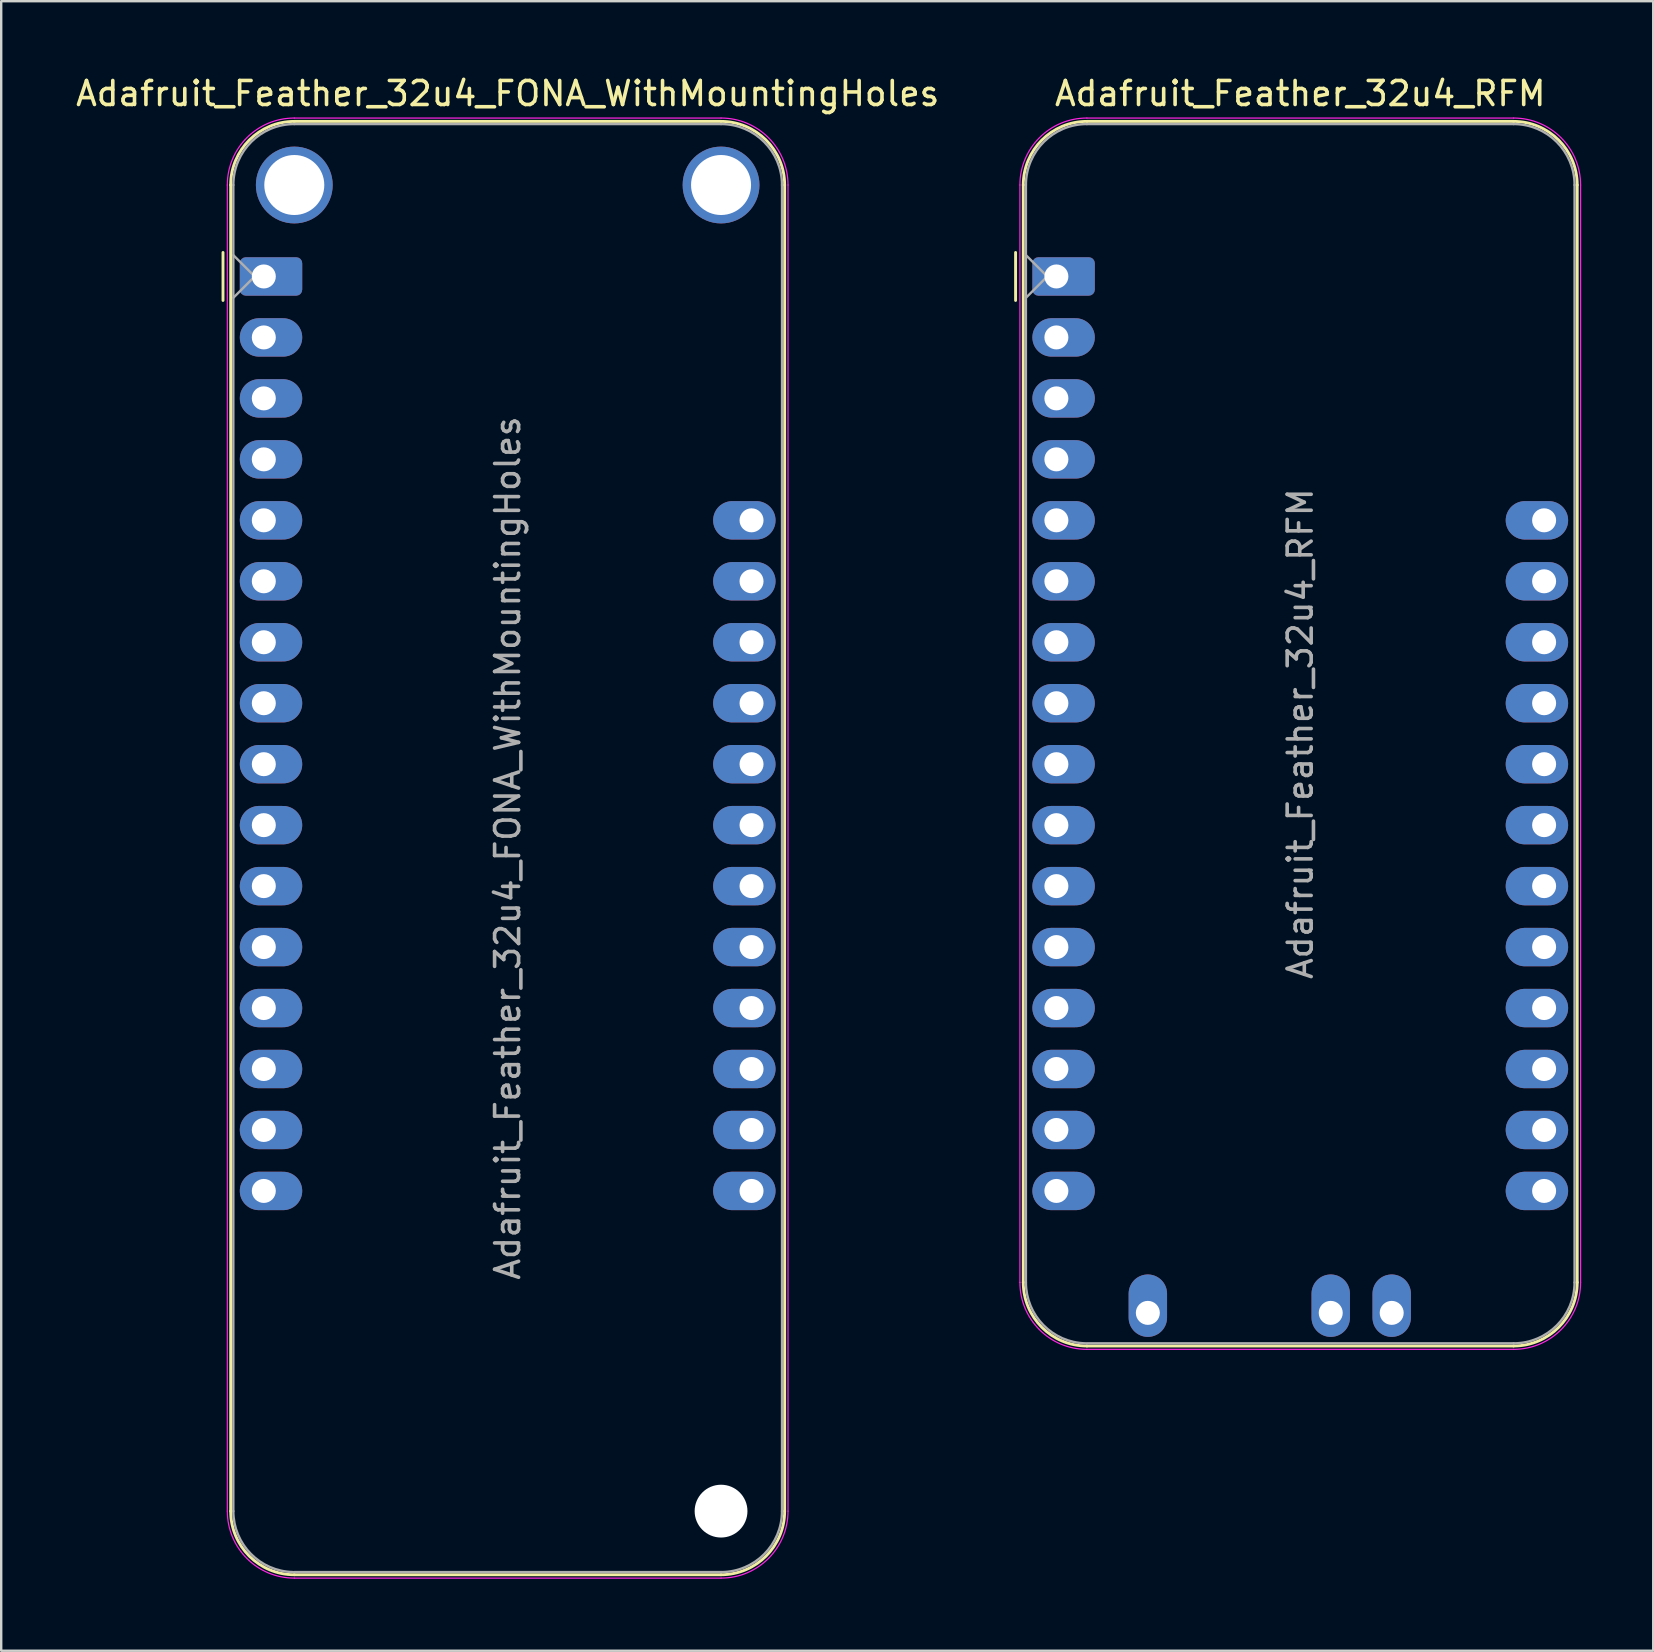
<source format=kicad_pcb>
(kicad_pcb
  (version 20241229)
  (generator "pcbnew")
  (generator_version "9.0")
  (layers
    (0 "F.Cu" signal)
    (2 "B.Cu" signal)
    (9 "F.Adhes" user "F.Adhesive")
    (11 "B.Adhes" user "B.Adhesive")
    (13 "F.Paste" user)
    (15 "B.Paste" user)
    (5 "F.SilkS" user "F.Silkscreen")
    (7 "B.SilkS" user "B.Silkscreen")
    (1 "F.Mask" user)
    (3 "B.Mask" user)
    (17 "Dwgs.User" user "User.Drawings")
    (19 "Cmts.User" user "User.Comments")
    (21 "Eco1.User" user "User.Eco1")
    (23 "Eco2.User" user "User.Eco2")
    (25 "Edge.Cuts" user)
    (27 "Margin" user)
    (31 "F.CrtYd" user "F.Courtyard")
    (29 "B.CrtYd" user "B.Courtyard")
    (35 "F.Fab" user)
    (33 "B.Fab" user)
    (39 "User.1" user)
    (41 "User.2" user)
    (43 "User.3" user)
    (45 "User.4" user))
  (footprint "Adafruit_Feather_32u4_FONA_WithMountingHoles"
    (layer "F.Cu")
    (at 7.941 8.468)
    (property "Reference" "Adafruit_Feather_32u4_FONA_WithMountingHoles" (at 10.16 -7.62 0) (layer "F.SilkS") (effects (font (size 1 1) (thickness 0.15))))
    (attr through_hole)
    (fp_line (start -1.7 1) (end -1.7 -1) (stroke (width 0.12) (type solid)) (layer "F.SilkS"))
    (fp_line (start -1.38 -3.81) (end -1.38 51.44) (stroke (width 0.12) (type solid)) (layer "F.SilkS"))
    (fp_line (start 19.05 -6.46) (end 1.27 -6.46) (stroke (width 0.12) (type solid)) (layer "F.SilkS"))
    (fp_line (start 19.05 54.09) (end 1.27 54.09) (stroke (width 0.12) (type solid)) (layer "F.SilkS"))
    (fp_line (start 21.7 -3.81) (end 21.7 51.44) (stroke (width 0.12) (type solid)) (layer "F.SilkS"))
    (fp_arc (start -1.38 -3.81) (mid -0.603833 -5.683833) (end 1.27 -6.46) (stroke (width 0.12) (type solid)) (layer "F.SilkS"))
    (fp_arc (start 1.27 54.09) (mid -0.603833 53.313833) (end -1.38 51.44) (stroke (width 0.12) (type solid)) (layer "F.SilkS"))
    (fp_arc (start 19.05 -6.46) (mid 20.923833 -5.683833) (end 21.7 -3.81) (stroke (width 0.12) (type solid)) (layer "F.SilkS"))
    (fp_arc (start 21.7 51.44) (mid 20.923833 53.313833) (end 19.05 54.09) (stroke (width 0.12) (type solid)) (layer "F.SilkS"))
    (fp_line (start -1.52 51.44) (end -1.52 -3.81) (stroke (width 0.05) (type solid)) (layer "F.CrtYd"))
    (fp_line (start 19.05 -6.6) (end 1.27 -6.6) (stroke (width 0.05) (type solid)) (layer "F.CrtYd"))
    (fp_line (start 19.05 54.23) (end 1.27 54.23) (stroke (width 0.05) (type solid)) (layer "F.CrtYd"))
    (fp_line (start 21.84 51.44) (end 21.84 -3.81) (stroke (width 0.05) (type solid)) (layer "F.CrtYd"))
    (fp_arc (start -1.52 -3.81) (mid -0.702828 -5.782828) (end 1.27 -6.6) (stroke (width 0.05) (type solid)) (layer "F.CrtYd"))
    (fp_arc (start 1.27 54.23) (mid -0.702828 53.412828) (end -1.52 51.44) (stroke (width 0.05) (type solid)) (layer "F.CrtYd"))
    (fp_arc (start 19.05 -6.6) (mid 21.022828 -5.782828) (end 21.84 -3.81) (stroke (width 0.05) (type solid)) (layer "F.CrtYd"))
    (fp_arc (start 21.84 51.44) (mid 21.022828 53.412828) (end 19.05 54.23) (stroke (width 0.05) (type solid)) (layer "F.CrtYd"))
    (fp_line (start -1.27 -3.81) (end -1.27 51.44) (stroke (width 0.1) (type solid)) (layer "F.Fab"))
    (fp_line (start -1.27 -0.889) (end -0.381 0) (stroke (width 0.1) (type solid)) (layer "F.Fab"))
    (fp_line (start -0.381 0) (end -1.27 0.889) (stroke (width 0.1) (type solid)) (layer "F.Fab"))
    (fp_line (start 1.27 53.98) (end 19.05 53.98) (stroke (width 0.1) (type solid)) (layer "F.Fab"))
    (fp_line (start 19.05 -6.35) (end 1.27 -6.35) (stroke (width 0.1) (type solid)) (layer "F.Fab"))
    (fp_line (start 21.59 51.44) (end 21.59 -3.81) (stroke (width 0.1) (type solid)) (layer "F.Fab"))
    (fp_arc (start -1.27 -3.81) (mid -0.526051 -5.606051) (end 1.27 -6.35) (stroke (width 0.1) (type solid)) (layer "F.Fab"))
    (fp_arc (start 1.221238 53.979532) (mid -0.543209 53.218728) (end -1.27 51.44) (stroke (width 0.1) (type solid)) (layer "F.Fab"))
    (fp_arc (start 19.05 -6.35) (mid 20.846051 -5.606051) (end 21.59 -3.81) (stroke (width 0.1) (type solid)) (layer "F.Fab"))
    (fp_arc (start 21.59 51.44) (mid 20.846051 53.236051) (end 19.05 53.98) (stroke (width 0.1) (type solid)) (layer "F.Fab"))
    (fp_text user "${REFERENCE}" (at 10.16 23.815 270) (layer "F.Fab") (effects (font (size 1 1) (thickness 0.15))))
    (pad "" np_thru_hole circle (at 1.27 -3.81 270) (size 3.2 3.2) (drill 2.5) (layers "*.Cu" "*.Mask"))
    (pad "" np_thru_hole circle (at 19.05 -3.81 270) (size 3.2 3.2) (drill 2.5) (layers "*.Cu" "*.Mask"))
    (pad "" np_thru_hole circle (at 19.05 51.44 270) (size 2.2 2.2) (drill 2.2) (layers "*.Cu" "*.Mask"))
    (pad "1" thru_hole roundrect (at 0 0) (size 2.6 1.6) (drill 1 (offset 0.3 0)) (layers "*.Cu" "*.Mask") (roundrect_rratio 0.156))
    (pad "2" thru_hole oval (at 0 2.54) (size 2.6 1.6) (drill 1 (offset 0.3 0)) (layers "*.Cu" "*.Mask"))
    (pad "3" thru_hole oval (at 0 5.08) (size 2.6 1.6) (drill 1 (offset 0.3 0)) (layers "*.Cu" "*.Mask"))
    (pad "4" thru_hole oval (at 0 7.62) (size 2.6 1.6) (drill 1 (offset 0.3 0)) (layers "*.Cu" "*.Mask"))
    (pad "5" thru_hole oval (at 0 10.16) (size 2.6 1.6) (drill 1 (offset 0.3 0)) (layers "*.Cu" "*.Mask"))
    (pad "6" thru_hole oval (at 0 12.7) (size 2.6 1.6) (drill 1 (offset 0.3 0)) (layers "*.Cu" "*.Mask"))
    (pad "7" thru_hole oval (at 0 15.24) (size 2.6 1.6) (drill 1 (offset 0.3 0)) (layers "*.Cu" "*.Mask"))
    (pad "8" thru_hole oval (at 0 17.78) (size 2.6 1.6) (drill 1 (offset 0.3 0)) (layers "*.Cu" "*.Mask"))
    (pad "9" thru_hole oval (at 0 20.32) (size 2.6 1.6) (drill 1 (offset 0.3 0)) (layers "*.Cu" "*.Mask"))
    (pad "10" thru_hole oval (at 0 22.86) (size 2.6 1.6) (drill 1 (offset 0.3 0)) (layers "*.Cu" "*.Mask"))
    (pad "11" thru_hole oval (at 0 25.4) (size 2.6 1.6) (drill 1 (offset 0.3 0)) (layers "*.Cu" "*.Mask"))
    (pad "12" thru_hole oval (at 0 27.94) (size 2.6 1.6) (drill 1 (offset 0.3 0)) (layers "*.Cu" "*.Mask"))
    (pad "13" thru_hole oval (at 0 30.48) (size 2.6 1.6) (drill 1 (offset 0.3 0)) (layers "*.Cu" "*.Mask"))
    (pad "14" thru_hole oval (at 0 33.02) (size 2.6 1.6) (drill 1 (offset 0.3 0)) (layers "*.Cu" "*.Mask"))
    (pad "15" thru_hole oval (at 0 35.56) (size 2.6 1.6) (drill 1 (offset 0.3 0)) (layers "*.Cu" "*.Mask"))
    (pad "16" thru_hole oval (at 0 38.1) (size 2.6 1.6) (drill 1 (offset 0.3 0)) (layers "*.Cu" "*.Mask"))
    (pad "17" thru_hole oval (at 20.32 38.1 180) (size 2.6 1.6) (drill 1 (offset 0.3 0)) (layers "*.Cu" "*.Mask"))
    (pad "18" thru_hole oval (at 20.32 35.56 180) (size 2.6 1.6) (drill 1 (offset 0.3 0)) (layers "*.Cu" "*.Mask"))
    (pad "19" thru_hole oval (at 20.32 33.02 180) (size 2.6 1.6) (drill 1 (offset 0.3 0)) (layers "*.Cu" "*.Mask"))
    (pad "20" thru_hole oval (at 20.32 30.48 180) (size 2.6 1.6) (drill 1 (offset 0.3 0)) (layers "*.Cu" "*.Mask"))
    (pad "21" thru_hole oval (at 20.32 27.94 180) (size 2.6 1.6) (drill 1 (offset 0.3 0)) (layers "*.Cu" "*.Mask"))
    (pad "22" thru_hole oval (at 20.32 25.4 180) (size 2.6 1.6) (drill 1 (offset 0.3 0)) (layers "*.Cu" "*.Mask"))
    (pad "23" thru_hole oval (at 20.32 22.86 180) (size 2.6 1.6) (drill 1 (offset 0.3 0)) (layers "*.Cu" "*.Mask"))
    (pad "24" thru_hole oval (at 20.32 20.32 180) (size 2.6 1.6) (drill 1 (offset 0.3 0)) (layers "*.Cu" "*.Mask"))
    (pad "25" thru_hole oval (at 20.32 17.78 180) (size 2.6 1.6) (drill 1 (offset 0.3 0)) (layers "*.Cu" "*.Mask"))
    (pad "26" thru_hole oval (at 20.32 15.24 180) (size 2.6 1.6) (drill 1 (offset 0.3 0)) (layers "*.Cu" "*.Mask"))
    (pad "27" thru_hole oval (at 20.32 12.7 180) (size 2.6 1.6) (drill 1 (offset 0.3 0)) (layers "*.Cu" "*.Mask"))
    (pad "28" thru_hole oval (at 20.32 10.16 180) (size 2.6 1.6) (drill 1 (offset 0.3 0)) (layers "*.Cu" "*.Mask")))
  (footprint "Adafruit_Feather_32u4_RFM"
    (layer "F.Cu")
    (at 40.962 8.468)
    (property "Reference" "Adafruit_Feather_32u4_RFM" (at 10.16 -7.62 0) (layer "F.SilkS") (effects (font (size 1 1) (thickness 0.15))))
    (attr through_hole)
    (fp_line (start -1.7 1) (end -1.7 -1) (stroke (width 0.12) (type solid)) (layer "F.SilkS"))
    (fp_line (start -1.38 -3.81) (end -1.38 41.91) (stroke (width 0.12) (type solid)) (layer "F.SilkS"))
    (fp_line (start 19.05 -6.46) (end 1.27 -6.46) (stroke (width 0.12) (type solid)) (layer "F.SilkS"))
    (fp_line (start 19.05 44.56) (end 1.27 44.56) (stroke (width 0.12) (type solid)) (layer "F.SilkS"))
    (fp_line (start 21.7 -3.81) (end 21.7 41.91) (stroke (width 0.12) (type solid)) (layer "F.SilkS"))
    (fp_arc (start -1.38 -3.81) (mid -0.603833 -5.683833) (end 1.27 -6.46) (stroke (width 0.12) (type solid)) (layer "F.SilkS"))
    (fp_arc (start 1.27 44.56) (mid -0.603833 43.783833) (end -1.38 41.91) (stroke (width 0.12) (type solid)) (layer "F.SilkS"))
    (fp_arc (start 19.05 -6.46) (mid 20.923833 -5.683833) (end 21.7 -3.81) (stroke (width 0.12) (type solid)) (layer "F.SilkS"))
    (fp_arc (start 21.7 41.91) (mid 20.923833 43.783833) (end 19.05 44.56) (stroke (width 0.12) (type solid)) (layer "F.SilkS"))
    (fp_line (start -1.52 41.91) (end -1.52 -3.81) (stroke (width 0.05) (type solid)) (layer "F.CrtYd"))
    (fp_line (start 19.05 -6.6) (end 1.27 -6.6) (stroke (width 0.05) (type solid)) (layer "F.CrtYd"))
    (fp_line (start 19.05 44.7) (end 1.27 44.7) (stroke (width 0.05) (type solid)) (layer "F.CrtYd"))
    (fp_line (start 21.84 41.91) (end 21.84 -3.81) (stroke (width 0.05) (type solid)) (layer "F.CrtYd"))
    (fp_arc (start -1.52 -3.81) (mid -0.702828 -5.782828) (end 1.27 -6.6) (stroke (width 0.05) (type solid)) (layer "F.CrtYd"))
    (fp_arc (start 1.27 44.7) (mid -0.702828 43.882828) (end -1.52 41.91) (stroke (width 0.05) (type solid)) (layer "F.CrtYd"))
    (fp_arc (start 19.05 -6.6) (mid 21.022828 -5.782828) (end 21.84 -3.81) (stroke (width 0.05) (type solid)) (layer "F.CrtYd"))
    (fp_arc (start 21.84 41.91) (mid 21.022828 43.882828) (end 19.05 44.7) (stroke (width 0.05) (type solid)) (layer "F.CrtYd"))
    (fp_line (start -1.27 -3.81) (end -1.27 41.91) (stroke (width 0.1) (type solid)) (layer "F.Fab"))
    (fp_line (start -1.27 -0.889) (end -0.381 0) (stroke (width 0.1) (type solid)) (layer "F.Fab"))
    (fp_line (start -0.381 0) (end -1.27 0.889) (stroke (width 0.1) (type solid)) (layer "F.Fab"))
    (fp_line (start 1.27 44.45) (end 19.05 44.45) (stroke (width 0.1) (type solid)) (layer "F.Fab"))
    (fp_line (start 19.05 -6.35) (end 1.27 -6.35) (stroke (width 0.1) (type solid)) (layer "F.Fab"))
    (fp_line (start 21.59 41.91) (end 21.59 -3.81) (stroke (width 0.1) (type solid)) (layer "F.Fab"))
    (fp_arc (start -1.27 -3.81) (mid -0.526051 -5.606051) (end 1.27 -6.35) (stroke (width 0.1) (type solid)) (layer "F.Fab"))
    (fp_arc (start 1.221238 44.449532) (mid -0.543209 43.688728) (end -1.27 41.91) (stroke (width 0.1) (type solid)) (layer "F.Fab"))
    (fp_arc (start 19.05 -6.35) (mid 20.846051 -5.606051) (end 21.59 -3.81) (stroke (width 0.1) (type solid)) (layer "F.Fab"))
    (fp_arc (start 21.59 41.91) (mid 20.846051 43.706051) (end 19.05 44.45) (stroke (width 0.1) (type solid)) (layer "F.Fab"))
    (fp_text user "${REFERENCE}" (at 10.16 19.05 270) (layer "F.Fab") (effects (font (size 1 1) (thickness 0.15))))
    (pad "1" thru_hole roundrect (at 0 0) (size 2.6 1.6) (drill 1 (offset 0.3 0)) (layers "*.Cu" "*.Mask") (roundrect_rratio 0.156))
    (pad "2" thru_hole oval (at 0 2.54) (size 2.6 1.6) (drill 1 (offset 0.3 0)) (layers "*.Cu" "*.Mask"))
    (pad "3" thru_hole oval (at 0 5.08) (size 2.6 1.6) (drill 1 (offset 0.3 0)) (layers "*.Cu" "*.Mask"))
    (pad "4" thru_hole oval (at 0 7.62) (size 2.6 1.6) (drill 1 (offset 0.3 0)) (layers "*.Cu" "*.Mask"))
    (pad "5" thru_hole oval (at 0 10.16) (size 2.6 1.6) (drill 1 (offset 0.3 0)) (layers "*.Cu" "*.Mask"))
    (pad "6" thru_hole oval (at 0 12.7) (size 2.6 1.6) (drill 1 (offset 0.3 0)) (layers "*.Cu" "*.Mask"))
    (pad "7" thru_hole oval (at 0 15.24) (size 2.6 1.6) (drill 1 (offset 0.3 0)) (layers "*.Cu" "*.Mask"))
    (pad "8" thru_hole oval (at 0 17.78) (size 2.6 1.6) (drill 1 (offset 0.3 0)) (layers "*.Cu" "*.Mask"))
    (pad "9" thru_hole oval (at 0 20.32) (size 2.6 1.6) (drill 1 (offset 0.3 0)) (layers "*.Cu" "*.Mask"))
    (pad "10" thru_hole oval (at 0 22.86) (size 2.6 1.6) (drill 1 (offset 0.3 0)) (layers "*.Cu" "*.Mask"))
    (pad "11" thru_hole oval (at 0 25.4) (size 2.6 1.6) (drill 1 (offset 0.3 0)) (layers "*.Cu" "*.Mask"))
    (pad "12" thru_hole oval (at 0 27.94) (size 2.6 1.6) (drill 1 (offset 0.3 0)) (layers "*.Cu" "*.Mask"))
    (pad "13" thru_hole oval (at 0 30.48) (size 2.6 1.6) (drill 1 (offset 0.3 0)) (layers "*.Cu" "*.Mask"))
    (pad "14" thru_hole oval (at 0 33.02) (size 2.6 1.6) (drill 1 (offset 0.3 0)) (layers "*.Cu" "*.Mask"))
    (pad "15" thru_hole oval (at 0 35.56) (size 2.6 1.6) (drill 1 (offset 0.3 0)) (layers "*.Cu" "*.Mask"))
    (pad "16" thru_hole oval (at 0 38.1) (size 2.6 1.6) (drill 1 (offset 0.3 0)) (layers "*.Cu" "*.Mask"))
    (pad "17" thru_hole oval (at 20.32 38.1 180) (size 2.6 1.6) (drill 1 (offset 0.3 0)) (layers "*.Cu" "*.Mask"))
    (pad "18" thru_hole oval (at 20.32 35.56 180) (size 2.6 1.6) (drill 1 (offset 0.3 0)) (layers "*.Cu" "*.Mask"))
    (pad "19" thru_hole oval (at 20.32 33.02 180) (size 2.6 1.6) (drill 1 (offset 0.3 0)) (layers "*.Cu" "*.Mask"))
    (pad "20" thru_hole oval (at 20.32 30.48 180) (size 2.6 1.6) (drill 1 (offset 0.3 0)) (layers "*.Cu" "*.Mask"))
    (pad "21" thru_hole oval (at 20.32 27.94 180) (size 2.6 1.6) (drill 1 (offset 0.3 0)) (layers "*.Cu" "*.Mask"))
    (pad "22" thru_hole oval (at 20.32 25.4 180) (size 2.6 1.6) (drill 1 (offset 0.3 0)) (layers "*.Cu" "*.Mask"))
    (pad "23" thru_hole oval (at 20.32 22.86 180) (size 2.6 1.6) (drill 1 (offset 0.3 0)) (layers "*.Cu" "*.Mask"))
    (pad "24" thru_hole oval (at 20.32 20.32 180) (size 2.6 1.6) (drill 1 (offset 0.3 0)) (layers "*.Cu" "*.Mask"))
    (pad "25" thru_hole oval (at 20.32 17.78 180) (size 2.6 1.6) (drill 1 (offset 0.3 0)) (layers "*.Cu" "*.Mask"))
    (pad "26" thru_hole oval (at 20.32 15.24 180) (size 2.6 1.6) (drill 1 (offset 0.3 0)) (layers "*.Cu" "*.Mask"))
    (pad "27" thru_hole oval (at 20.32 12.7 180) (size 2.6 1.6) (drill 1 (offset 0.3 0)) (layers "*.Cu" "*.Mask"))
    (pad "28" thru_hole oval (at 20.32 10.16 180) (size 2.6 1.6) (drill 1 (offset 0.3 0)) (layers "*.Cu" "*.Mask"))
    (pad "29" thru_hole oval (at 3.81 43.18 90) (size 2.6 1.6) (drill 1 (offset 0.3 0)) (layers "*.Cu" "*.Mask"))
    (pad "30" thru_hole oval (at 11.43 43.18 90) (size 2.6 1.6) (drill 1 (offset 0.3 0)) (layers "*.Cu" "*.Mask"))
    (pad "31" thru_hole oval (at 13.97 43.18 90) (size 2.6 1.6) (drill 1 (offset 0.3 0)) (layers "*.Cu" "*.Mask")))
  (gr_rect
    (start -3 -3)
    (end 65.827 65.723)
    (stroke (width 0.1) (type default))
    (fill no)
    (layer "Edge.Cuts")))
</source>
